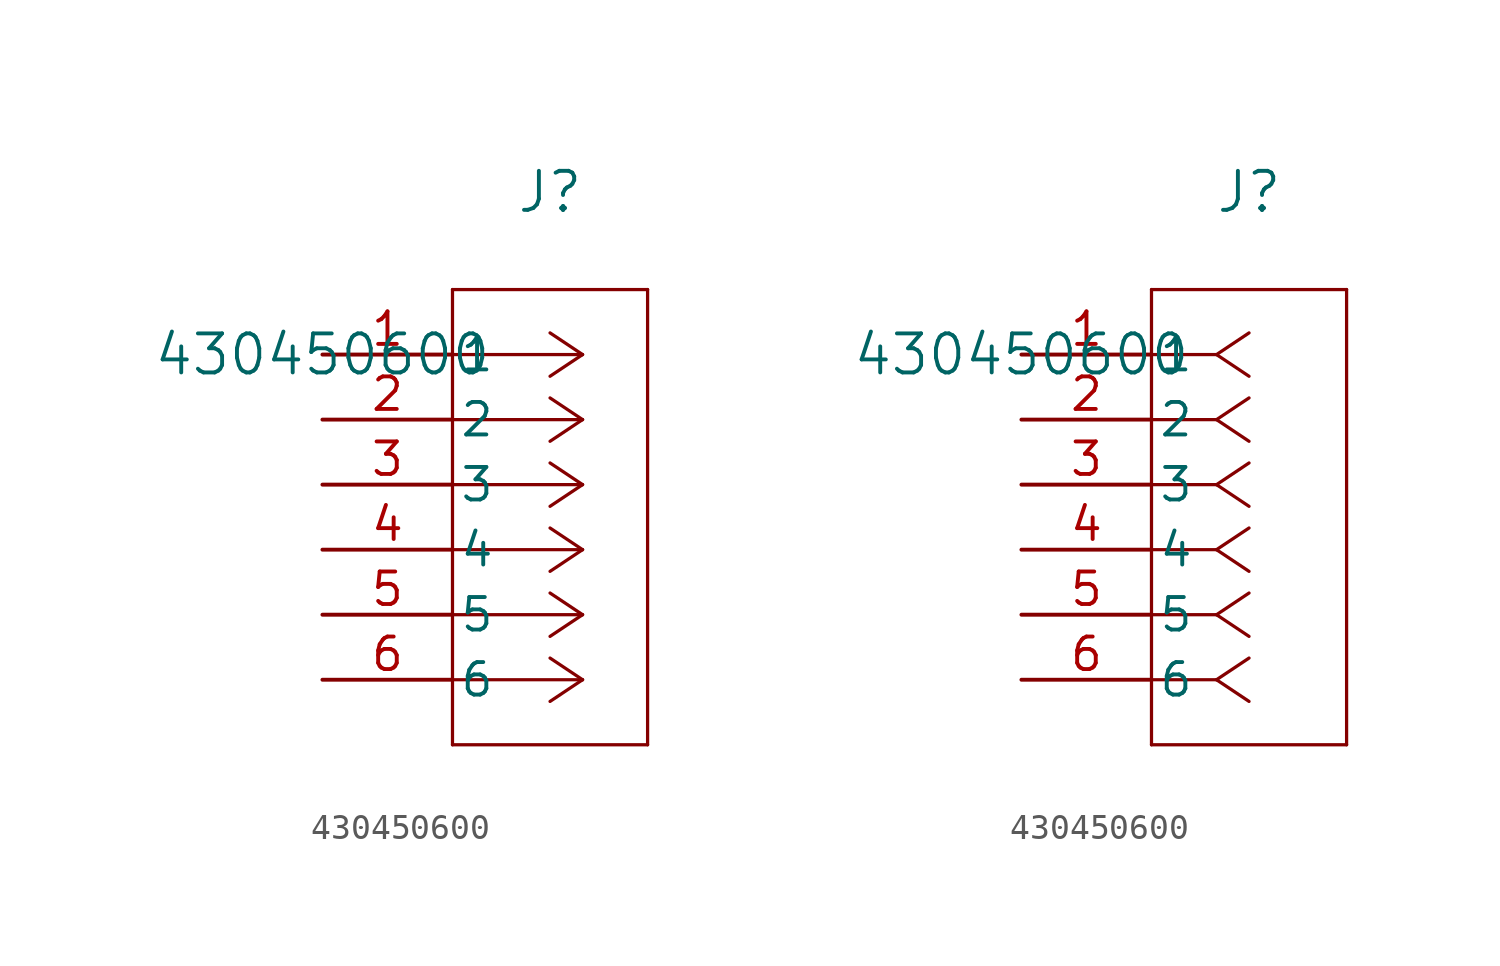
<source format=kicad_sym>
(kicad_symbol_lib
  (version 20241209)
  (generator "kicad_symbol_editor")
  (generator_version "9.0")
  (symbol "430450600"
    (pin_names
      (offset 0.254))
    (property "Reference" "J"
      (at 8.89 6.35 0)
      (effects (font (size 1.524 1.524))))
    (property "Value" "430450600"
      (at 0 0 0)
      (effects (font (size 1.524 1.524))))
    (symbol "430450600_1_1"
      (polyline (pts (xy 5.08 2.54) (xy 5.08 -15.24)) (stroke (width 0.127) (type default)) (fill (type none)))
      (polyline (pts (xy 5.08 -15.24) (xy 12.7 -15.24)) (stroke (width 0.127) (type default)) (fill (type none)))
      (polyline (pts (xy 10.16 0) (xy 5.08 0)) (stroke (width 0.127) (type default)) (fill (type none)))
      (polyline (pts (xy 10.16 0) (xy 8.89 0.847)) (stroke (width 0.127) (type default)) (fill (type none)))
      (polyline (pts (xy 10.16 0) (xy 8.89 -0.847)) (stroke (width 0.127) (type default)) (fill (type none)))
      (polyline (pts (xy 10.16 -2.54) (xy 5.08 -2.54)) (stroke (width 0.127) (type default)) (fill (type none)))
      (polyline (pts (xy 10.16 -2.54) (xy 8.89 -1.693)) (stroke (width 0.127) (type default)) (fill (type none)))
      (polyline (pts (xy 10.16 -2.54) (xy 8.89 -3.387)) (stroke (width 0.127) (type default)) (fill (type none)))
      (polyline (pts (xy 10.16 -5.08) (xy 5.08 -5.08)) (stroke (width 0.127) (type default)) (fill (type none)))
      (polyline (pts (xy 10.16 -5.08) (xy 8.89 -4.233)) (stroke (width 0.127) (type default)) (fill (type none)))
      (polyline (pts (xy 10.16 -5.08) (xy 8.89 -5.927)) (stroke (width 0.127) (type default)) (fill (type none)))
      (polyline (pts (xy 10.16 -7.62) (xy 5.08 -7.62)) (stroke (width 0.127) (type default)) (fill (type none)))
      (polyline (pts (xy 10.16 -7.62) (xy 8.89 -6.773)) (stroke (width 0.127) (type default)) (fill (type none)))
      (polyline (pts (xy 10.16 -7.62) (xy 8.89 -8.467)) (stroke (width 0.127) (type default)) (fill (type none)))
      (polyline (pts (xy 10.16 -10.16) (xy 5.08 -10.16)) (stroke (width 0.127) (type default)) (fill (type none)))
      (polyline (pts (xy 10.16 -10.16) (xy 8.89 -9.313)) (stroke (width 0.127) (type default)) (fill (type none)))
      (polyline (pts (xy 10.16 -10.16) (xy 8.89 -11.007)) (stroke (width 0.127) (type default)) (fill (type none)))
      (polyline (pts (xy 10.16 -12.7) (xy 5.08 -12.7)) (stroke (width 0.127) (type default)) (fill (type none)))
      (polyline (pts (xy 10.16 -12.7) (xy 8.89 -11.853)) (stroke (width 0.127) (type default)) (fill (type none)))
      (polyline (pts (xy 10.16 -12.7) (xy 8.89 -13.547)) (stroke (width 0.127) (type default)) (fill (type none)))
      (polyline (pts (xy 12.7 2.54) (xy 5.08 2.54)) (stroke (width 0.127) (type default)) (fill (type none)))
      (polyline (pts (xy 12.7 -15.24) (xy 12.7 2.54)) (stroke (width 0.127) (type default)) (fill (type none)))
      (pin bidirectional line (at 0 0 0) (length 5.08) (name "1" (effects (font (size 1.27 1.27)))) (number "1" (effects (font (size 1.27 1.27)))))
      (pin power_in line (at 0 -2.54 0) (length 5.08) (name "2" (effects (font (size 1.27 1.27)))) (number "2" (effects (font (size 1.27 1.27)))))
      (pin power_in line (at 0 -5.08 0) (length 5.08) (name "3" (effects (font (size 1.27 1.27)))) (number "3" (effects (font (size 1.27 1.27)))))
      (pin bidirectional line (at 0 -7.62 0) (length 5.08) (name "4" (effects (font (size 1.27 1.27)))) (number "4" (effects (font (size 1.27 1.27)))))
      (pin bidirectional line (at 0 -10.16 0) (length 5.08) (name "5" (effects (font (size 1.27 1.27)))) (number "5" (effects (font (size 1.27 1.27)))))
      (pin bidirectional line (at 0 -12.7 0) (length 5.08) (name "6" (effects (font (size 1.27 1.27)))) (number "6" (effects (font (size 1.27 1.27))))))
    (symbol "430450600_1_2"
      (polyline (pts (xy 5.08 2.54) (xy 5.08 -15.24)) (stroke (width 0.127) (type default)) (fill (type none)))
      (polyline (pts (xy 5.08 -15.24) (xy 12.7 -15.24)) (stroke (width 0.127) (type default)) (fill (type none)))
      (polyline (pts (xy 7.62 0) (xy 5.08 0)) (stroke (width 0.127) (type default)) (fill (type none)))
      (polyline (pts (xy 7.62 0) (xy 8.89 0.847)) (stroke (width 0.127) (type default)) (fill (type none)))
      (polyline (pts (xy 7.62 0) (xy 8.89 -0.847)) (stroke (width 0.127) (type default)) (fill (type none)))
      (polyline (pts (xy 7.62 -2.54) (xy 5.08 -2.54)) (stroke (width 0.127) (type default)) (fill (type none)))
      (polyline (pts (xy 7.62 -2.54) (xy 8.89 -1.693)) (stroke (width 0.127) (type default)) (fill (type none)))
      (polyline (pts (xy 7.62 -2.54) (xy 8.89 -3.387)) (stroke (width 0.127) (type default)) (fill (type none)))
      (polyline (pts (xy 7.62 -5.08) (xy 5.08 -5.08)) (stroke (width 0.127) (type default)) (fill (type none)))
      (polyline (pts (xy 7.62 -5.08) (xy 8.89 -4.233)) (stroke (width 0.127) (type default)) (fill (type none)))
      (polyline (pts (xy 7.62 -5.08) (xy 8.89 -5.927)) (stroke (width 0.127) (type default)) (fill (type none)))
      (polyline (pts (xy 7.62 -7.62) (xy 5.08 -7.62)) (stroke (width 0.127) (type default)) (fill (type none)))
      (polyline (pts (xy 7.62 -7.62) (xy 8.89 -6.773)) (stroke (width 0.127) (type default)) (fill (type none)))
      (polyline (pts (xy 7.62 -7.62) (xy 8.89 -8.467)) (stroke (width 0.127) (type default)) (fill (type none)))
      (polyline (pts (xy 7.62 -10.16) (xy 5.08 -10.16)) (stroke (width 0.127) (type default)) (fill (type none)))
      (polyline (pts (xy 7.62 -10.16) (xy 8.89 -9.313)) (stroke (width 0.127) (type default)) (fill (type none)))
      (polyline (pts (xy 7.62 -10.16) (xy 8.89 -11.007)) (stroke (width 0.127) (type default)) (fill (type none)))
      (polyline (pts (xy 7.62 -12.7) (xy 5.08 -12.7)) (stroke (width 0.127) (type default)) (fill (type none)))
      (polyline (pts (xy 7.62 -12.7) (xy 8.89 -11.853)) (stroke (width 0.127) (type default)) (fill (type none)))
      (polyline (pts (xy 7.62 -12.7) (xy 8.89 -13.547)) (stroke (width 0.127) (type default)) (fill (type none)))
      (polyline (pts (xy 12.7 2.54) (xy 5.08 2.54)) (stroke (width 0.127) (type default)) (fill (type none)))
      (polyline (pts (xy 12.7 -15.24) (xy 12.7 2.54)) (stroke (width 0.127) (type default)) (fill (type none)))
      (pin unspecified line (at 0 0 0) (length 5.08) (name "1" (effects (font (size 1.27 1.27)))) (number "1" (effects (font (size 1.27 1.27)))))
      (pin unspecified line (at 0 -2.54 0) (length 5.08) (name "2" (effects (font (size 1.27 1.27)))) (number "2" (effects (font (size 1.27 1.27)))))
      (pin unspecified line (at 0 -5.08 0) (length 5.08) (name "3" (effects (font (size 1.27 1.27)))) (number "3" (effects (font (size 1.27 1.27)))))
      (pin unspecified line (at 0 -7.62 0) (length 5.08) (name "4" (effects (font (size 1.27 1.27)))) (number "4" (effects (font (size 1.27 1.27)))))
      (pin unspecified line (at 0 -10.16 0) (length 5.08) (name "5" (effects (font (size 1.27 1.27)))) (number "5" (effects (font (size 1.27 1.27)))))
      (pin unspecified line (at 0 -12.7 0) (length 5.08) (name "6" (effects (font (size 1.27 1.27)))) (number "6" (effects (font (size 1.27 1.27))))))))
</source>
